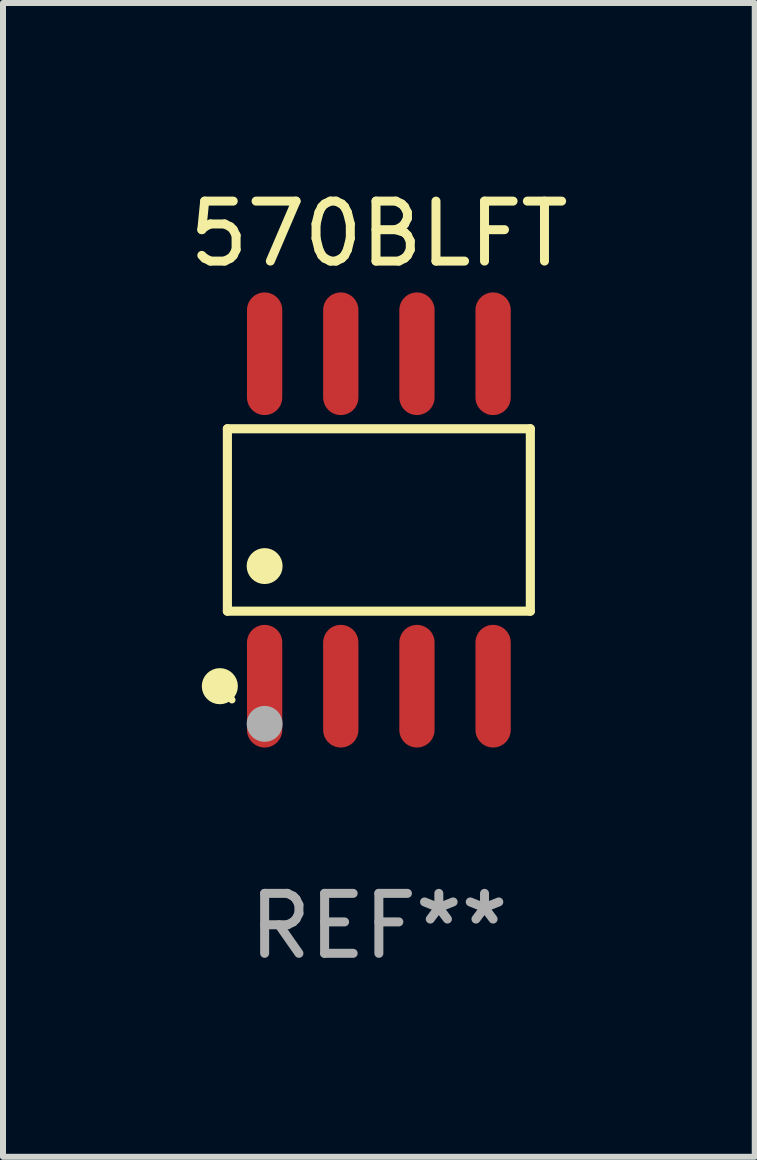
<source format=kicad_pcb>
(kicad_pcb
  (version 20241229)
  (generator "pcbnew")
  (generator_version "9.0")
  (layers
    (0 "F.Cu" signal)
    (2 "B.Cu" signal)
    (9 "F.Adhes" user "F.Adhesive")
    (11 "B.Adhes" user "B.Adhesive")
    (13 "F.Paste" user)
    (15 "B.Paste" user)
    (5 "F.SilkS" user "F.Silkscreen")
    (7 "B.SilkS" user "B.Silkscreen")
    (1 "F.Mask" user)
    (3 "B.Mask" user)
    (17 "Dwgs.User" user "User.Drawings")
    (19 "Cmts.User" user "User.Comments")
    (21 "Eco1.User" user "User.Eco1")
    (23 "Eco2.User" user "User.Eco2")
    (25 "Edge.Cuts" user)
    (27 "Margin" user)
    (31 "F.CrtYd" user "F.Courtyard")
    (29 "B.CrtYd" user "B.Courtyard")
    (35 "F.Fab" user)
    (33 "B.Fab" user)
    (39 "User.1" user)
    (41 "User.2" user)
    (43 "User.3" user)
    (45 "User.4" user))
  (footprint "570BLFT"
    (layer "F.Cu")
    (at 3.268 5.621)
    (property "Reference" "570BLFT" (at 0 -4.772 0) (layer "F.SilkS") (effects (font (size 1 1) (thickness 0.15))))
    (attr through_hole)
    (fp_line (start -2.526 -1.521) (end 2.526 -1.521) (stroke (width 0.152) (type solid)) (layer "F.SilkS"))
    (fp_line (start -2.526 1.521) (end -2.526 -1.521) (stroke (width 0.152) (type solid)) (layer "F.SilkS"))
    (fp_line (start 2.526 -1.521) (end 2.526 1.521) (stroke (width 0.152) (type solid)) (layer "F.SilkS"))
    (fp_line (start 2.526 1.521) (end -2.526 1.521) (stroke (width 0.152) (type solid)) (layer "F.SilkS"))
    (fp_circle (center -2.652 2.772) (end -2.501 2.772) (stroke (width 0.3) (type solid)) (fill no) (layer "F.SilkS"))
    (fp_circle (center -2.45 3) (end -2.42 3) (stroke (width 0.06) (type solid)) (fill no) (layer "F.SilkS"))
    (fp_circle (center -1.905 0.769) (end -1.755 0.769) (stroke (width 0.3) (type solid)) (fill no) (layer "F.SilkS"))
    (fp_circle (center -1.905 3.4) (end -1.755 3.4) (stroke (width 0.3) (type solid)) (fill no) (layer "F.Fab"))
    (fp_text user "REF**" (at 0 6.772 0) (layer "F.Fab") (effects (font (size 1 1) (thickness 0.15))))
    (pad "1" smd oval (at -1.905 2.772) (size 0.588 2.045) (layers "F.Cu" "F.Mask" "F.Paste"))
    (pad "2" smd oval (at -0.635 2.772) (size 0.588 2.045) (layers "F.Cu" "F.Mask" "F.Paste"))
    (pad "3" smd oval (at 0.635 2.772) (size 0.588 2.045) (layers "F.Cu" "F.Mask" "F.Paste"))
    (pad "4" smd oval (at 1.905 2.772) (size 0.588 2.045) (layers "F.Cu" "F.Mask" "F.Paste"))
    (pad "5" smd oval (at 1.905 -2.772) (size 0.588 2.045) (layers "F.Cu" "F.Mask" "F.Paste"))
    (pad "6" smd oval (at 0.635 -2.772) (size 0.588 2.045) (layers "F.Cu" "F.Mask" "F.Paste"))
    (pad "7" smd oval (at -0.635 -2.772) (size 0.588 2.045) (layers "F.Cu" "F.Mask" "F.Paste"))
    (pad "8" smd oval (at -1.905 -2.772) (size 0.588 2.045) (layers "F.Cu" "F.Mask" "F.Paste")))
  (gr_rect
    (start -3 -3)
    (end 9.536 16.241)
    (stroke (width 0.1) (type default))
    (fill no)
    (layer "Edge.Cuts")))
</source>
